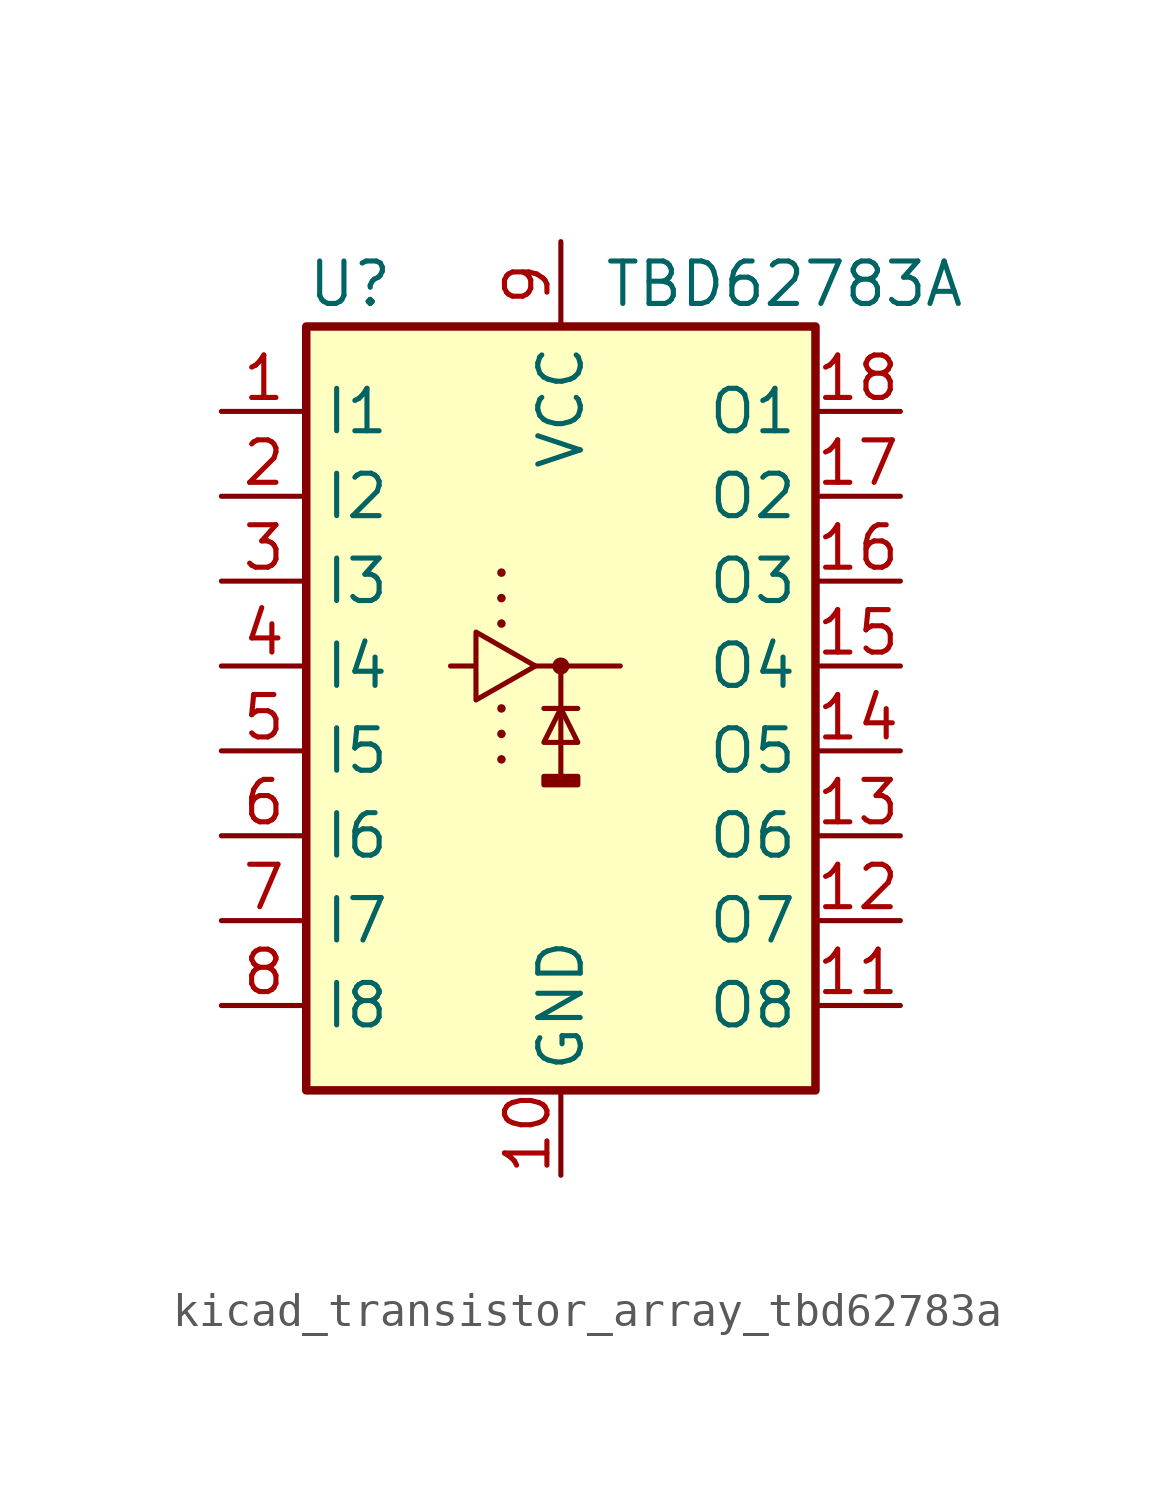
<source format=kicad_sym>
(kicad_symbol_lib
  (version 20220914)
  (generator kicad_symbol_editor)
  (symbol "kicad_transistor_array_tbd62783a"
    (property "Reference" "U"
      (at -7.62 11.43 0)
      (effects (font (size 1.27 1.27)) (justify left)))
    (property "Value" "TBD62783A"
      (at 1.27 11.43 0)
      (effects (font (size 1.27 1.27)) (justify left)))
    (symbol "kicad_transistor_array_tbd62783a_0_1"
      (rectangle (start -7.62 10.16) (end 7.62 -12.7) (stroke (width 0.254) (type default)) (fill (type background)))
      (rectangle (start -0.508 -3.302) (end 0.508 -3.556) (stroke (width 0) (type default)) (fill (type outline)))
      (polyline (pts (xy -1.778 -2.794) (xy -1.778 -2.794)) (stroke (width 0.254) (type default)) (fill (type none)))
      (polyline (pts (xy -1.778 -2.032) (xy -1.778 -2.032)) (stroke (width 0.254) (type default)) (fill (type none)))
      (polyline (pts (xy -1.778 -1.27) (xy -1.778 -1.27)) (stroke (width 0.254) (type default)) (fill (type none)))
      (polyline (pts (xy -1.778 1.27) (xy -1.778 1.27)) (stroke (width 0.254) (type default)) (fill (type none)))
      (polyline (pts (xy -1.778 2.032) (xy -1.778 2.032)) (stroke (width 0.254) (type default)) (fill (type none)))
      (polyline (pts (xy -1.778 2.794) (xy -1.778 2.794)) (stroke (width 0.254) (type default)) (fill (type none)))
      (polyline (pts (xy -0.762 0) (xy 1.778 0)) (stroke (width 0) (type default)) (fill (type none)))
      (polyline (pts (xy -0.508 -1.27) (xy 0.508 -1.27)) (stroke (width 0) (type default)) (fill (type none)))
      (polyline (pts (xy 0 0) (xy 0 -3.302)) (stroke (width 0) (type default)) (fill (type none)))
      (polyline (pts (xy 0 0) (xy 0 0)) (stroke (width 0.508) (type default)) (fill (type none)))
      (polyline (pts (xy 0 -1.27) (xy -0.508 -2.286) (xy 0.508 -2.286) (xy 0 -1.27)) (stroke (width 0) (type default)) (fill (type none)))
      (polyline (pts (xy -3.302 0) (xy -2.54 0) (xy -2.54 1.016) (xy -0.762 0) (xy -2.54 -1.016) (xy -2.54 0)) (stroke (width 0) (type default)) (fill (type none))))
    (symbol "kicad_transistor_array_tbd62783a_1_1"
      (pin input line (at -10.16 7.62 0) (length 2.54) (name "I1" (effects (font (size 1.27 1.27)))) (number "1" (effects (font (size 1.27 1.27)))))
      (pin power_in line (at 0 -15.24 90) (length 2.54) (name "GND" (effects (font (size 1.27 1.27)))) (number "10" (effects (font (size 1.27 1.27)))))
      (pin open_emitter line (at 10.16 -10.16 180) (length 2.54) (name "O8" (effects (font (size 1.27 1.27)))) (number "11" (effects (font (size 1.27 1.27)))))
      (pin open_emitter line (at 10.16 -7.62 180) (length 2.54) (name "O7" (effects (font (size 1.27 1.27)))) (number "12" (effects (font (size 1.27 1.27)))))
      (pin open_emitter line (at 10.16 -5.08 180) (length 2.54) (name "O6" (effects (font (size 1.27 1.27)))) (number "13" (effects (font (size 1.27 1.27)))))
      (pin open_emitter line (at 10.16 -2.54 180) (length 2.54) (name "O5" (effects (font (size 1.27 1.27)))) (number "14" (effects (font (size 1.27 1.27)))))
      (pin open_emitter line (at 10.16 0 180) (length 2.54) (name "O4" (effects (font (size 1.27 1.27)))) (number "15" (effects (font (size 1.27 1.27)))))
      (pin open_emitter line (at 10.16 2.54 180) (length 2.54) (name "O3" (effects (font (size 1.27 1.27)))) (number "16" (effects (font (size 1.27 1.27)))))
      (pin open_emitter line (at 10.16 5.08 180) (length 2.54) (name "O2" (effects (font (size 1.27 1.27)))) (number "17" (effects (font (size 1.27 1.27)))))
      (pin open_emitter line (at 10.16 7.62 180) (length 2.54) (name "O1" (effects (font (size 1.27 1.27)))) (number "18" (effects (font (size 1.27 1.27)))))
      (pin input line (at -10.16 5.08 0) (length 2.54) (name "I2" (effects (font (size 1.27 1.27)))) (number "2" (effects (font (size 1.27 1.27)))))
      (pin input line (at -10.16 2.54 0) (length 2.54) (name "I3" (effects (font (size 1.27 1.27)))) (number "3" (effects (font (size 1.27 1.27)))))
      (pin input line (at -10.16 0 0) (length 2.54) (name "I4" (effects (font (size 1.27 1.27)))) (number "4" (effects (font (size 1.27 1.27)))))
      (pin input line (at -10.16 -2.54 0) (length 2.54) (name "I5" (effects (font (size 1.27 1.27)))) (number "5" (effects (font (size 1.27 1.27)))))
      (pin input line (at -10.16 -5.08 0) (length 2.54) (name "I6" (effects (font (size 1.27 1.27)))) (number "6" (effects (font (size 1.27 1.27)))))
      (pin input line (at -10.16 -7.62 0) (length 2.54) (name "I7" (effects (font (size 1.27 1.27)))) (number "7" (effects (font (size 1.27 1.27)))))
      (pin input line (at -10.16 -10.16 0) (length 2.54) (name "I8" (effects (font (size 1.27 1.27)))) (number "8" (effects (font (size 1.27 1.27)))))
      (pin power_in line (at 0 12.7 270) (length 2.54) (name "VCC" (effects (font (size 1.27 1.27)))) (number "9" (effects (font (size 1.27 1.27))))))))
</source>
